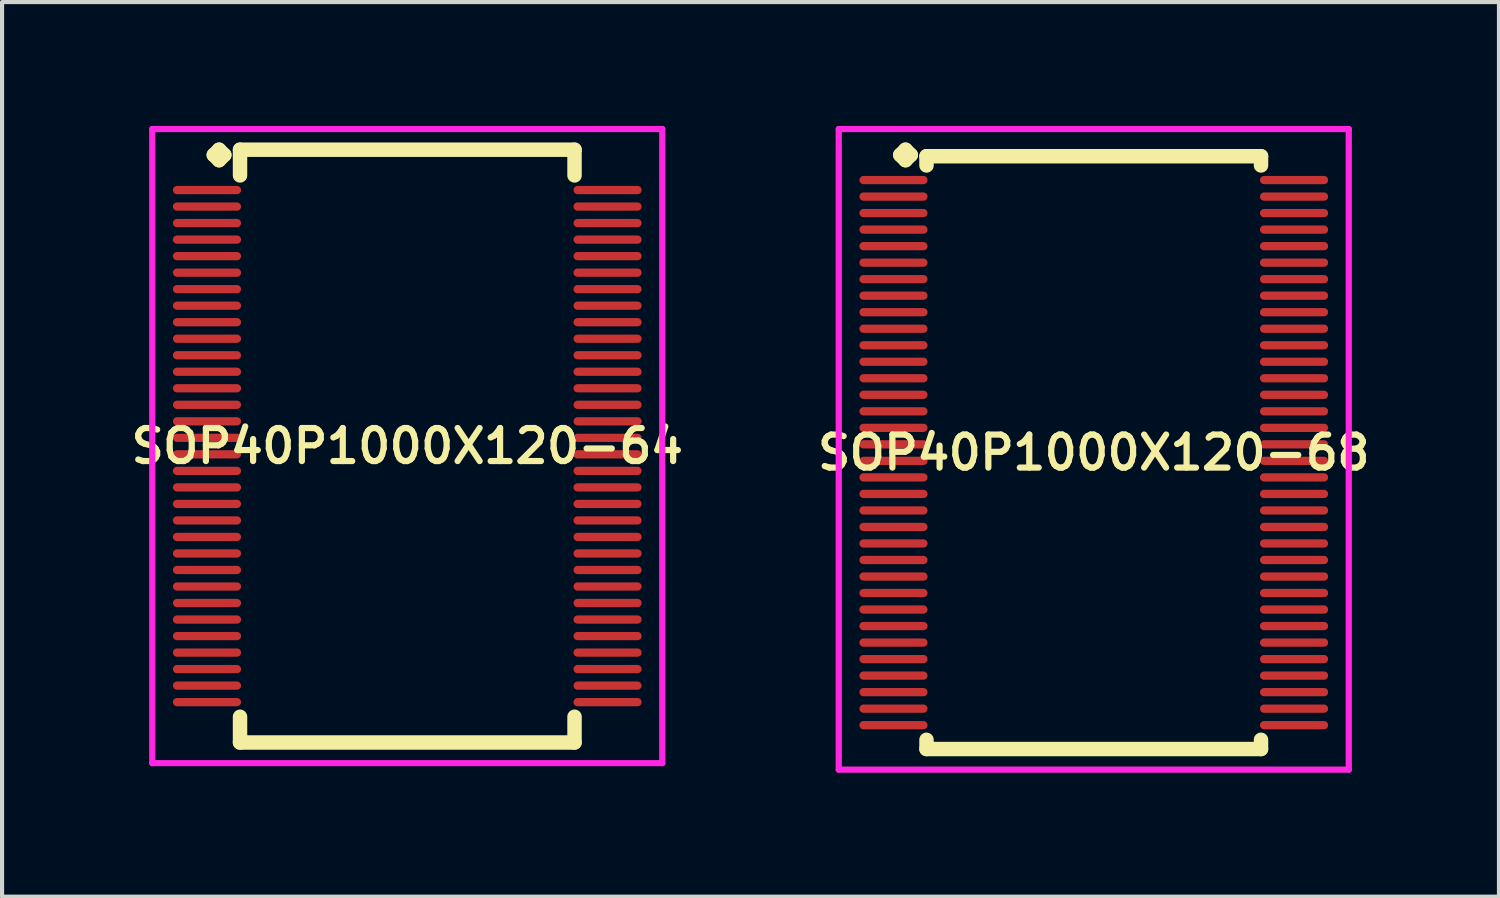
<source format=kicad_pcb>
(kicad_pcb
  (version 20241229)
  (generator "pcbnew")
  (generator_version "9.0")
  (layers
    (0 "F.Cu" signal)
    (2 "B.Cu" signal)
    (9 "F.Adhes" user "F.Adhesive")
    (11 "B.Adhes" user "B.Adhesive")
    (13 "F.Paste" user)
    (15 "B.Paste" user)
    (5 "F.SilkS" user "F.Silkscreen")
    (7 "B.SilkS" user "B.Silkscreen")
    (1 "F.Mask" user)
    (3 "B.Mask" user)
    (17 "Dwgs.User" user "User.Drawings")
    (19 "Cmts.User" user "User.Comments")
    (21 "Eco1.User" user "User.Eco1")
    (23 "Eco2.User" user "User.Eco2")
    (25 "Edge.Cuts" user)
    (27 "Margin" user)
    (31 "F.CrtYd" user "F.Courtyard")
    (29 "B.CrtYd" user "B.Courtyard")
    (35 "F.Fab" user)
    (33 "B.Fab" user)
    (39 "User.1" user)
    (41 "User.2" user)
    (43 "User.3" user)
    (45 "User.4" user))
  (footprint "SOP40P1000X120-64"
    (layer "F.Cu")
    (at 6.812 7.752)
    (property "Reference" "SOP40P1000X120-64" (at 0 0 0) (layer "F.SilkS") (effects (font (size 0.8 0.8) (thickness 0.15))))
    (attr through_hole)
    (fp_line (start -4.685 -7.05) (end -4.558 -7.177) (stroke (width 0.35) (type solid)) (layer "F.SilkS"))
    (fp_line (start -4.558 -7.177) (end -4.431 -7.05) (stroke (width 0.35) (type solid)) (layer "F.SilkS"))
    (fp_line (start -4.558 -6.923) (end -4.685 -7.05) (stroke (width 0.35) (type solid)) (layer "F.SilkS"))
    (fp_line (start -4.431 -7.05) (end -4.558 -6.923) (stroke (width 0.35) (type solid)) (layer "F.SilkS"))
    (fp_line (start -4.05 -7.177) (end 4.05 -7.177) (stroke (width 0.35) (type solid)) (layer "F.SilkS"))
    (fp_line (start -4.05 -6.554) (end -4.05 -7.177) (stroke (width 0.35) (type solid)) (layer "F.SilkS"))
    (fp_line (start -4.05 6.554) (end -4.05 7.177) (stroke (width 0.35) (type solid)) (layer "F.SilkS"))
    (fp_line (start -4.05 7.177) (end 4.05 7.177) (stroke (width 0.35) (type solid)) (layer "F.SilkS"))
    (fp_line (start 4.05 -7.177) (end 4.05 -6.554) (stroke (width 0.35) (type solid)) (layer "F.SilkS"))
    (fp_line (start 4.05 7.177) (end 4.05 6.554) (stroke (width 0.35) (type solid)) (layer "F.SilkS"))
    (fp_line (start -6.175 -7.677) (end 6.175 -7.677) (stroke (width 0.15) (type solid)) (layer "F.CrtYd"))
    (fp_line (start -6.175 7.677) (end -6.175 -7.677) (stroke (width 0.15) (type solid)) (layer "F.CrtYd"))
    (fp_line (start 6.175 -7.677) (end 6.175 7.677) (stroke (width 0.15) (type solid)) (layer "F.CrtYd"))
    (fp_line (start 6.175 7.677) (end -6.175 7.677) (stroke (width 0.15) (type solid)) (layer "F.CrtYd"))
    (pad "1" smd oval (at -4.85 -6.2) (size 1.65 0.2) (layers "F.Cu" "F.Mask" "F.Paste"))
    (pad "2" smd oval (at -4.85 -5.8) (size 1.65 0.2) (layers "F.Cu" "F.Mask" "F.Paste"))
    (pad "3" smd oval (at -4.85 -5.4) (size 1.65 0.2) (layers "F.Cu" "F.Mask" "F.Paste"))
    (pad "4" smd oval (at -4.85 -5) (size 1.65 0.2) (layers "F.Cu" "F.Mask" "F.Paste"))
    (pad "5" smd oval (at -4.85 -4.6) (size 1.65 0.2) (layers "F.Cu" "F.Mask" "F.Paste"))
    (pad "6" smd oval (at -4.85 -4.2) (size 1.65 0.2) (layers "F.Cu" "F.Mask" "F.Paste"))
    (pad "7" smd oval (at -4.85 -3.8) (size 1.65 0.2) (layers "F.Cu" "F.Mask" "F.Paste"))
    (pad "8" smd oval (at -4.85 -3.4) (size 1.65 0.2) (layers "F.Cu" "F.Mask" "F.Paste"))
    (pad "9" smd oval (at -4.85 -3) (size 1.65 0.2) (layers "F.Cu" "F.Mask" "F.Paste"))
    (pad "10" smd oval (at -4.85 -2.6) (size 1.65 0.2) (layers "F.Cu" "F.Mask" "F.Paste"))
    (pad "11" smd oval (at -4.85 -2.2) (size 1.65 0.2) (layers "F.Cu" "F.Mask" "F.Paste"))
    (pad "12" smd oval (at -4.85 -1.8) (size 1.65 0.2) (layers "F.Cu" "F.Mask" "F.Paste"))
    (pad "13" smd oval (at -4.85 -1.4) (size 1.65 0.2) (layers "F.Cu" "F.Mask" "F.Paste"))
    (pad "14" smd oval (at -4.85 -1) (size 1.65 0.2) (layers "F.Cu" "F.Mask" "F.Paste"))
    (pad "15" smd oval (at -4.85 -0.6) (size 1.65 0.2) (layers "F.Cu" "F.Mask" "F.Paste"))
    (pad "16" smd oval (at -4.85 -0.2) (size 1.65 0.2) (layers "F.Cu" "F.Mask" "F.Paste"))
    (pad "17" smd oval (at -4.85 0.2) (size 1.65 0.2) (layers "F.Cu" "F.Mask" "F.Paste"))
    (pad "18" smd oval (at -4.85 0.6) (size 1.65 0.2) (layers "F.Cu" "F.Mask" "F.Paste"))
    (pad "19" smd oval (at -4.85 1) (size 1.65 0.2) (layers "F.Cu" "F.Mask" "F.Paste"))
    (pad "20" smd oval (at -4.85 1.4) (size 1.65 0.2) (layers "F.Cu" "F.Mask" "F.Paste"))
    (pad "21" smd oval (at -4.85 1.8) (size 1.65 0.2) (layers "F.Cu" "F.Mask" "F.Paste"))
    (pad "22" smd oval (at -4.85 2.2) (size 1.65 0.2) (layers "F.Cu" "F.Mask" "F.Paste"))
    (pad "23" smd oval (at -4.85 2.6) (size 1.65 0.2) (layers "F.Cu" "F.Mask" "F.Paste"))
    (pad "24" smd oval (at -4.85 3) (size 1.65 0.2) (layers "F.Cu" "F.Mask" "F.Paste"))
    (pad "25" smd oval (at -4.85 3.4) (size 1.65 0.2) (layers "F.Cu" "F.Mask" "F.Paste"))
    (pad "26" smd oval (at -4.85 3.8) (size 1.65 0.2) (layers "F.Cu" "F.Mask" "F.Paste"))
    (pad "27" smd oval (at -4.85 4.2) (size 1.65 0.2) (layers "F.Cu" "F.Mask" "F.Paste"))
    (pad "28" smd oval (at -4.85 4.6) (size 1.65 0.2) (layers "F.Cu" "F.Mask" "F.Paste"))
    (pad "29" smd oval (at -4.85 5) (size 1.65 0.2) (layers "F.Cu" "F.Mask" "F.Paste"))
    (pad "30" smd oval (at -4.85 5.4) (size 1.65 0.2) (layers "F.Cu" "F.Mask" "F.Paste"))
    (pad "31" smd oval (at -4.85 5.8) (size 1.65 0.2) (layers "F.Cu" "F.Mask" "F.Paste"))
    (pad "32" smd oval (at -4.85 6.2) (size 1.65 0.2) (layers "F.Cu" "F.Mask" "F.Paste"))
    (pad "33" smd oval (at 4.85 6.2) (size 1.65 0.2) (layers "F.Cu" "F.Mask" "F.Paste"))
    (pad "34" smd oval (at 4.85 5.8) (size 1.65 0.2) (layers "F.Cu" "F.Mask" "F.Paste"))
    (pad "35" smd oval (at 4.85 5.4) (size 1.65 0.2) (layers "F.Cu" "F.Mask" "F.Paste"))
    (pad "36" smd oval (at 4.85 5) (size 1.65 0.2) (layers "F.Cu" "F.Mask" "F.Paste"))
    (pad "37" smd oval (at 4.85 4.6) (size 1.65 0.2) (layers "F.Cu" "F.Mask" "F.Paste"))
    (pad "38" smd oval (at 4.85 4.2) (size 1.65 0.2) (layers "F.Cu" "F.Mask" "F.Paste"))
    (pad "39" smd oval (at 4.85 3.8) (size 1.65 0.2) (layers "F.Cu" "F.Mask" "F.Paste"))
    (pad "40" smd oval (at 4.85 3.4) (size 1.65 0.2) (layers "F.Cu" "F.Mask" "F.Paste"))
    (pad "41" smd oval (at 4.85 3) (size 1.65 0.2) (layers "F.Cu" "F.Mask" "F.Paste"))
    (pad "42" smd oval (at 4.85 2.6) (size 1.65 0.2) (layers "F.Cu" "F.Mask" "F.Paste"))
    (pad "43" smd oval (at 4.85 2.2) (size 1.65 0.2) (layers "F.Cu" "F.Mask" "F.Paste"))
    (pad "44" smd oval (at 4.85 1.8) (size 1.65 0.2) (layers "F.Cu" "F.Mask" "F.Paste"))
    (pad "45" smd oval (at 4.85 1.4) (size 1.65 0.2) (layers "F.Cu" "F.Mask" "F.Paste"))
    (pad "46" smd oval (at 4.85 1) (size 1.65 0.2) (layers "F.Cu" "F.Mask" "F.Paste"))
    (pad "47" smd oval (at 4.85 0.6) (size 1.65 0.2) (layers "F.Cu" "F.Mask" "F.Paste"))
    (pad "48" smd oval (at 4.85 0.2) (size 1.65 0.2) (layers "F.Cu" "F.Mask" "F.Paste"))
    (pad "49" smd oval (at 4.85 -0.2) (size 1.65 0.2) (layers "F.Cu" "F.Mask" "F.Paste"))
    (pad "50" smd oval (at 4.85 -0.6) (size 1.65 0.2) (layers "F.Cu" "F.Mask" "F.Paste"))
    (pad "51" smd oval (at 4.85 -1) (size 1.65 0.2) (layers "F.Cu" "F.Mask" "F.Paste"))
    (pad "52" smd oval (at 4.85 -1.4) (size 1.65 0.2) (layers "F.Cu" "F.Mask" "F.Paste"))
    (pad "53" smd oval (at 4.85 -1.8) (size 1.65 0.2) (layers "F.Cu" "F.Mask" "F.Paste"))
    (pad "54" smd oval (at 4.85 -2.2) (size 1.65 0.2) (layers "F.Cu" "F.Mask" "F.Paste"))
    (pad "55" smd oval (at 4.85 -2.6) (size 1.65 0.2) (layers "F.Cu" "F.Mask" "F.Paste"))
    (pad "56" smd oval (at 4.85 -3) (size 1.65 0.2) (layers "F.Cu" "F.Mask" "F.Paste"))
    (pad "57" smd oval (at 4.85 -3.4) (size 1.65 0.2) (layers "F.Cu" "F.Mask" "F.Paste"))
    (pad "58" smd oval (at 4.85 -3.8) (size 1.65 0.2) (layers "F.Cu" "F.Mask" "F.Paste"))
    (pad "59" smd oval (at 4.85 -4.2) (size 1.65 0.2) (layers "F.Cu" "F.Mask" "F.Paste"))
    (pad "60" smd oval (at 4.85 -4.6) (size 1.65 0.2) (layers "F.Cu" "F.Mask" "F.Paste"))
    (pad "61" smd oval (at 4.85 -5) (size 1.65 0.2) (layers "F.Cu" "F.Mask" "F.Paste"))
    (pad "62" smd oval (at 4.85 -5.4) (size 1.65 0.2) (layers "F.Cu" "F.Mask" "F.Paste"))
    (pad "63" smd oval (at 4.85 -5.8) (size 1.65 0.2) (layers "F.Cu" "F.Mask" "F.Paste"))
    (pad "64" smd oval (at 4.85 -6.2) (size 1.65 0.2) (layers "F.Cu" "F.Mask" "F.Paste")))
  (footprint "SOP40P1000X120-68"
    (layer "F.Cu")
    (at 23.435 7.91)
    (property "Reference" "SOP40P1000X120-68" (at 0 0 0) (layer "F.SilkS") (effects (font (size 0.8 0.8) (thickness 0.15))))
    (attr smd)
    (fp_line (start -4.685 -7.208) (end -4.558 -7.335) (stroke (width 0.35) (type solid)) (layer "F.SilkS"))
    (fp_line (start -4.558 -7.335) (end -4.431 -7.208) (stroke (width 0.35) (type solid)) (layer "F.SilkS"))
    (fp_line (start -4.558 -7.081) (end -4.685 -7.208) (stroke (width 0.35) (type solid)) (layer "F.SilkS"))
    (fp_line (start -4.431 -7.208) (end -4.558 -7.081) (stroke (width 0.35) (type solid)) (layer "F.SilkS"))
    (fp_line (start -4.05 -7.177) (end 4.05 -7.177) (stroke (width 0.35) (type solid)) (layer "F.SilkS"))
    (fp_line (start -4.05 -6.954) (end -4.05 -7.177) (stroke (width 0.35) (type solid)) (layer "F.SilkS"))
    (fp_line (start -4.05 6.954) (end -4.05 7.177) (stroke (width 0.35) (type solid)) (layer "F.SilkS"))
    (fp_line (start -4.05 7.177) (end 4.05 7.177) (stroke (width 0.35) (type solid)) (layer "F.SilkS"))
    (fp_line (start 4.05 -7.177) (end 4.05 -6.954) (stroke (width 0.35) (type solid)) (layer "F.SilkS"))
    (fp_line (start 4.05 7.177) (end 4.05 6.954) (stroke (width 0.35) (type solid)) (layer "F.SilkS"))
    (fp_line (start -6.175 -7.835) (end 6.175 -7.835) (stroke (width 0.15) (type solid)) (layer "F.CrtYd"))
    (fp_line (start -6.175 7.677) (end -6.175 -7.835) (stroke (width 0.15) (type solid)) (layer "F.CrtYd"))
    (fp_line (start 6.175 -7.835) (end 6.175 7.677) (stroke (width 0.15) (type solid)) (layer "F.CrtYd"))
    (fp_line (start 6.175 7.677) (end -6.175 7.677) (stroke (width 0.15) (type solid)) (layer "F.CrtYd"))
    (pad "1" smd oval (at -4.85 -6.6) (size 1.65 0.2) (layers "F.Cu" "F.Mask" "F.Paste"))
    (pad "2" smd oval (at -4.85 -6.2) (size 1.65 0.2) (layers "F.Cu" "F.Mask" "F.Paste"))
    (pad "3" smd oval (at -4.85 -5.8) (size 1.65 0.2) (layers "F.Cu" "F.Mask" "F.Paste"))
    (pad "4" smd oval (at -4.85 -5.4) (size 1.65 0.2) (layers "F.Cu" "F.Mask" "F.Paste"))
    (pad "5" smd oval (at -4.85 -5) (size 1.65 0.2) (layers "F.Cu" "F.Mask" "F.Paste"))
    (pad "6" smd oval (at -4.85 -4.6) (size 1.65 0.2) (layers "F.Cu" "F.Mask" "F.Paste"))
    (pad "7" smd oval (at -4.85 -4.2) (size 1.65 0.2) (layers "F.Cu" "F.Mask" "F.Paste"))
    (pad "8" smd oval (at -4.85 -3.8) (size 1.65 0.2) (layers "F.Cu" "F.Mask" "F.Paste"))
    (pad "9" smd oval (at -4.85 -3.4) (size 1.65 0.2) (layers "F.Cu" "F.Mask" "F.Paste"))
    (pad "10" smd oval (at -4.85 -3) (size 1.65 0.2) (layers "F.Cu" "F.Mask" "F.Paste"))
    (pad "11" smd oval (at -4.85 -2.6) (size 1.65 0.2) (layers "F.Cu" "F.Mask" "F.Paste"))
    (pad "12" smd oval (at -4.85 -2.2) (size 1.65 0.2) (layers "F.Cu" "F.Mask" "F.Paste"))
    (pad "13" smd oval (at -4.85 -1.8) (size 1.65 0.2) (layers "F.Cu" "F.Mask" "F.Paste"))
    (pad "14" smd oval (at -4.85 -1.4) (size 1.65 0.2) (layers "F.Cu" "F.Mask" "F.Paste"))
    (pad "15" smd oval (at -4.85 -1) (size 1.65 0.2) (layers "F.Cu" "F.Mask" "F.Paste"))
    (pad "16" smd oval (at -4.85 -0.6) (size 1.65 0.2) (layers "F.Cu" "F.Mask" "F.Paste"))
    (pad "17" smd oval (at -4.85 -0.2) (size 1.65 0.2) (layers "F.Cu" "F.Mask" "F.Paste"))
    (pad "18" smd oval (at -4.85 0.2) (size 1.65 0.2) (layers "F.Cu" "F.Mask" "F.Paste"))
    (pad "19" smd oval (at -4.85 0.6) (size 1.65 0.2) (layers "F.Cu" "F.Mask" "F.Paste"))
    (pad "20" smd oval (at -4.85 1) (size 1.65 0.2) (layers "F.Cu" "F.Mask" "F.Paste"))
    (pad "21" smd oval (at -4.85 1.4) (size 1.65 0.2) (layers "F.Cu" "F.Mask" "F.Paste"))
    (pad "22" smd oval (at -4.85 1.8) (size 1.65 0.2) (layers "F.Cu" "F.Mask" "F.Paste"))
    (pad "23" smd oval (at -4.85 2.2) (size 1.65 0.2) (layers "F.Cu" "F.Mask" "F.Paste"))
    (pad "24" smd oval (at -4.85 2.6) (size 1.65 0.2) (layers "F.Cu" "F.Mask" "F.Paste"))
    (pad "25" smd oval (at -4.85 3) (size 1.65 0.2) (layers "F.Cu" "F.Mask" "F.Paste"))
    (pad "26" smd oval (at -4.85 3.4) (size 1.65 0.2) (layers "F.Cu" "F.Mask" "F.Paste"))
    (pad "27" smd oval (at -4.85 3.8) (size 1.65 0.2) (layers "F.Cu" "F.Mask" "F.Paste"))
    (pad "28" smd oval (at -4.85 4.2) (size 1.65 0.2) (layers "F.Cu" "F.Mask" "F.Paste"))
    (pad "29" smd oval (at -4.85 4.6) (size 1.65 0.2) (layers "F.Cu" "F.Mask" "F.Paste"))
    (pad "30" smd oval (at -4.85 5) (size 1.65 0.2) (layers "F.Cu" "F.Mask" "F.Paste"))
    (pad "31" smd oval (at -4.85 5.4) (size 1.65 0.2) (layers "F.Cu" "F.Mask" "F.Paste"))
    (pad "32" smd oval (at -4.85 5.8) (size 1.65 0.2) (layers "F.Cu" "F.Mask" "F.Paste"))
    (pad "33" smd oval (at -4.85 6.2) (size 1.65 0.2) (layers "F.Cu" "F.Mask" "F.Paste"))
    (pad "34" smd oval (at -4.85 6.6) (size 1.65 0.2) (layers "F.Cu" "F.Mask" "F.Paste"))
    (pad "35" smd oval (at 4.85 6.6) (size 1.65 0.2) (layers "F.Cu" "F.Mask" "F.Paste"))
    (pad "36" smd oval (at 4.85 6.2) (size 1.65 0.2) (layers "F.Cu" "F.Mask" "F.Paste"))
    (pad "37" smd oval (at 4.85 5.8) (size 1.65 0.2) (layers "F.Cu" "F.Mask" "F.Paste"))
    (pad "38" smd oval (at 4.85 5.4) (size 1.65 0.2) (layers "F.Cu" "F.Mask" "F.Paste"))
    (pad "39" smd oval (at 4.85 5) (size 1.65 0.2) (layers "F.Cu" "F.Mask" "F.Paste"))
    (pad "40" smd oval (at 4.85 4.6) (size 1.65 0.2) (layers "F.Cu" "F.Mask" "F.Paste"))
    (pad "41" smd oval (at 4.85 4.2) (size 1.65 0.2) (layers "F.Cu" "F.Mask" "F.Paste"))
    (pad "42" smd oval (at 4.85 3.8) (size 1.65 0.2) (layers "F.Cu" "F.Mask" "F.Paste"))
    (pad "43" smd oval (at 4.85 3.4) (size 1.65 0.2) (layers "F.Cu" "F.Mask" "F.Paste"))
    (pad "44" smd oval (at 4.85 3) (size 1.65 0.2) (layers "F.Cu" "F.Mask" "F.Paste"))
    (pad "45" smd oval (at 4.85 2.6) (size 1.65 0.2) (layers "F.Cu" "F.Mask" "F.Paste"))
    (pad "46" smd oval (at 4.85 2.2) (size 1.65 0.2) (layers "F.Cu" "F.Mask" "F.Paste"))
    (pad "47" smd oval (at 4.85 1.8) (size 1.65 0.2) (layers "F.Cu" "F.Mask" "F.Paste"))
    (pad "48" smd oval (at 4.85 1.4) (size 1.65 0.2) (layers "F.Cu" "F.Mask" "F.Paste"))
    (pad "49" smd oval (at 4.85 1) (size 1.65 0.2) (layers "F.Cu" "F.Mask" "F.Paste"))
    (pad "50" smd oval (at 4.85 0.6) (size 1.65 0.2) (layers "F.Cu" "F.Mask" "F.Paste"))
    (pad "51" smd oval (at 4.85 0.2) (size 1.65 0.2) (layers "F.Cu" "F.Mask" "F.Paste"))
    (pad "52" smd oval (at 4.85 -0.2) (size 1.65 0.2) (layers "F.Cu" "F.Mask" "F.Paste"))
    (pad "53" smd oval (at 4.85 -0.6) (size 1.65 0.2) (layers "F.Cu" "F.Mask" "F.Paste"))
    (pad "54" smd oval (at 4.85 -1) (size 1.65 0.2) (layers "F.Cu" "F.Mask" "F.Paste"))
    (pad "55" smd oval (at 4.85 -1.4) (size 1.65 0.2) (layers "F.Cu" "F.Mask" "F.Paste"))
    (pad "56" smd oval (at 4.85 -1.8) (size 1.65 0.2) (layers "F.Cu" "F.Mask" "F.Paste"))
    (pad "57" smd oval (at 4.85 -2.2) (size 1.65 0.2) (layers "F.Cu" "F.Mask" "F.Paste"))
    (pad "58" smd oval (at 4.85 -2.6) (size 1.65 0.2) (layers "F.Cu" "F.Mask" "F.Paste"))
    (pad "59" smd oval (at 4.85 -3) (size 1.65 0.2) (layers "F.Cu" "F.Mask" "F.Paste"))
    (pad "60" smd oval (at 4.85 -3.4) (size 1.65 0.2) (layers "F.Cu" "F.Mask" "F.Paste"))
    (pad "61" smd oval (at 4.85 -3.8) (size 1.65 0.2) (layers "F.Cu" "F.Mask" "F.Paste"))
    (pad "62" smd oval (at 4.85 -4.2) (size 1.65 0.2) (layers "F.Cu" "F.Mask" "F.Paste"))
    (pad "63" smd oval (at 4.85 -4.6) (size 1.65 0.2) (layers "F.Cu" "F.Mask" "F.Paste"))
    (pad "64" smd oval (at 4.85 -5) (size 1.65 0.2) (layers "F.Cu" "F.Mask" "F.Paste"))
    (pad "65" smd oval (at 4.85 -5.4) (size 1.65 0.2) (layers "F.Cu" "F.Mask" "F.Paste"))
    (pad "66" smd oval (at 4.85 -5.8) (size 1.65 0.2) (layers "F.Cu" "F.Mask" "F.Paste"))
    (pad "67" smd oval (at 4.85 -6.2) (size 1.65 0.2) (layers "F.Cu" "F.Mask" "F.Paste"))
    (pad "68" smd oval (at 4.85 -6.6) (size 1.65 0.2) (layers "F.Cu" "F.Mask" "F.Paste")))
  (gr_rect
    (start -3 -3)
    (end 33.247 18.662)
    (stroke (width 0.1) (type default))
    (fill no)
    (layer "Edge.Cuts")))
</source>
